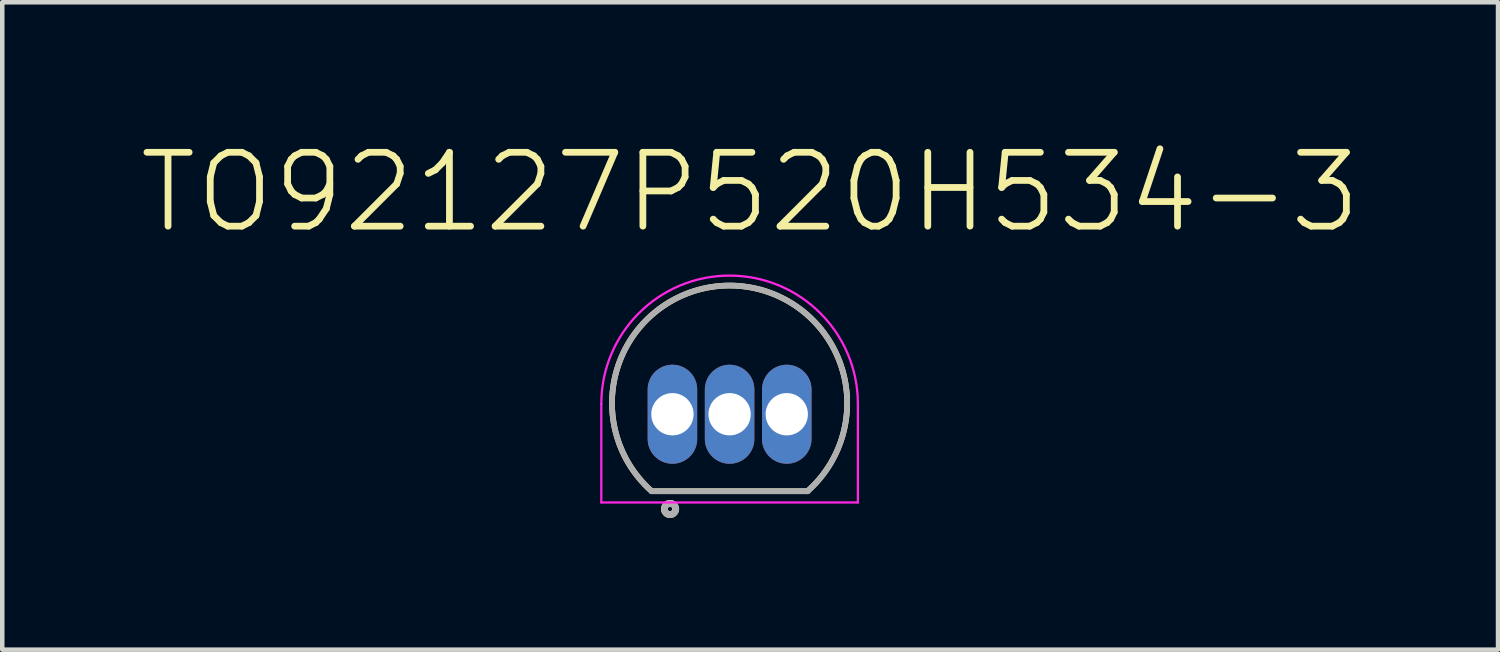
<source format=kicad_pcb>
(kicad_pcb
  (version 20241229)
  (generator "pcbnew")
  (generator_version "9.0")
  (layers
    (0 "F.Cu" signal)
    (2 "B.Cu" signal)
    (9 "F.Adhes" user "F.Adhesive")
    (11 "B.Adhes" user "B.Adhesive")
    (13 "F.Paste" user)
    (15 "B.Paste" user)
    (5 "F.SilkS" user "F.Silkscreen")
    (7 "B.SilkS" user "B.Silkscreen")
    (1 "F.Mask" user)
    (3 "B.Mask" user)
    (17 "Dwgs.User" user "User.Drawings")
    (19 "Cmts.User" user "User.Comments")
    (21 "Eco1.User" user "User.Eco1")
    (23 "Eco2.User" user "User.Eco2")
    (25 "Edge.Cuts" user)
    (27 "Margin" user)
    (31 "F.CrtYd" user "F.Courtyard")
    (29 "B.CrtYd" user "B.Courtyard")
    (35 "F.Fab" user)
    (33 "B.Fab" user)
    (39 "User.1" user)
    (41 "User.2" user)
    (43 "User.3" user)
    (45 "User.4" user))
  (footprint "TO92127P520H534-3"
    (layer "F.Cu")
    (at 13.159 5.593)
    (property "Reference" "TO92127P520H534-3" (at 0.457 -4.37 0) (layer "F.SilkS") (effects (font (size 1.641 1.641) (thickness 0.15))))
    (attr through_hole)
    (fp_line (start -1.731 2.27) (end 1.731 2.27) (stroke (width 0.127) (type solid)) (layer "F.SilkS"))
    (fp_arc (start -1.731 2.27) (mid 0 -2.298897) (end 1.731 2.27) (stroke (width 0.127) (type solid)) (layer "F.SilkS"))
    (fp_circle (center -1.325 2.665) (end -1.275 2.665) (stroke (width 0.15) (type solid)) (fill no) (layer "F.SilkS"))
    (fp_line (start -2.85 0.33) (end -2.85 2.52) (stroke (width 0.05) (type solid)) (layer "F.CrtYd"))
    (fp_line (start -2.85 2.52) (end 2.85 2.52) (stroke (width 0.05) (type solid)) (layer "F.CrtYd"))
    (fp_line (start 2.85 2.52) (end 2.85 0.33) (stroke (width 0.05) (type solid)) (layer "F.CrtYd"))
    (fp_arc (start -2.85 0.33) (mid 0 -2.52) (end 2.85 0.33) (stroke (width 0.05) (type solid)) (layer "F.CrtYd"))
    (fp_line (start -1.731 2.27) (end 1.731 2.27) (stroke (width 0.127) (type solid)) (layer "F.Fab"))
    (fp_arc (start -1.731 2.27) (mid 0 -2.298897) (end 1.731 2.27) (stroke (width 0.127) (type solid)) (layer "F.Fab"))
    (fp_circle (center -1.32 2.665) (end -1.27 2.665) (stroke (width 0.15) (type solid)) (fill no) (layer "F.Fab"))
    (pad "1" thru_hole oval (at -1.27 0.56) (size 1.1 2.2) (drill 0.94) (layers "*.Cu" "*.Mask"))
    (pad "2" thru_hole oval (at 0 0.56) (size 1.1 2.2) (drill 0.94) (layers "*.Cu" "*.Mask"))
    (pad "3" thru_hole oval (at 1.27 0.56) (size 1.1 2.2) (drill 0.94) (layers "*.Cu" "*.Mask")))
  (gr_rect
    (start -3 -3)
    (end 30.231 11.383)
    (stroke (width 0.1) (type default))
    (fill no)
    (layer "Edge.Cuts")))
</source>
